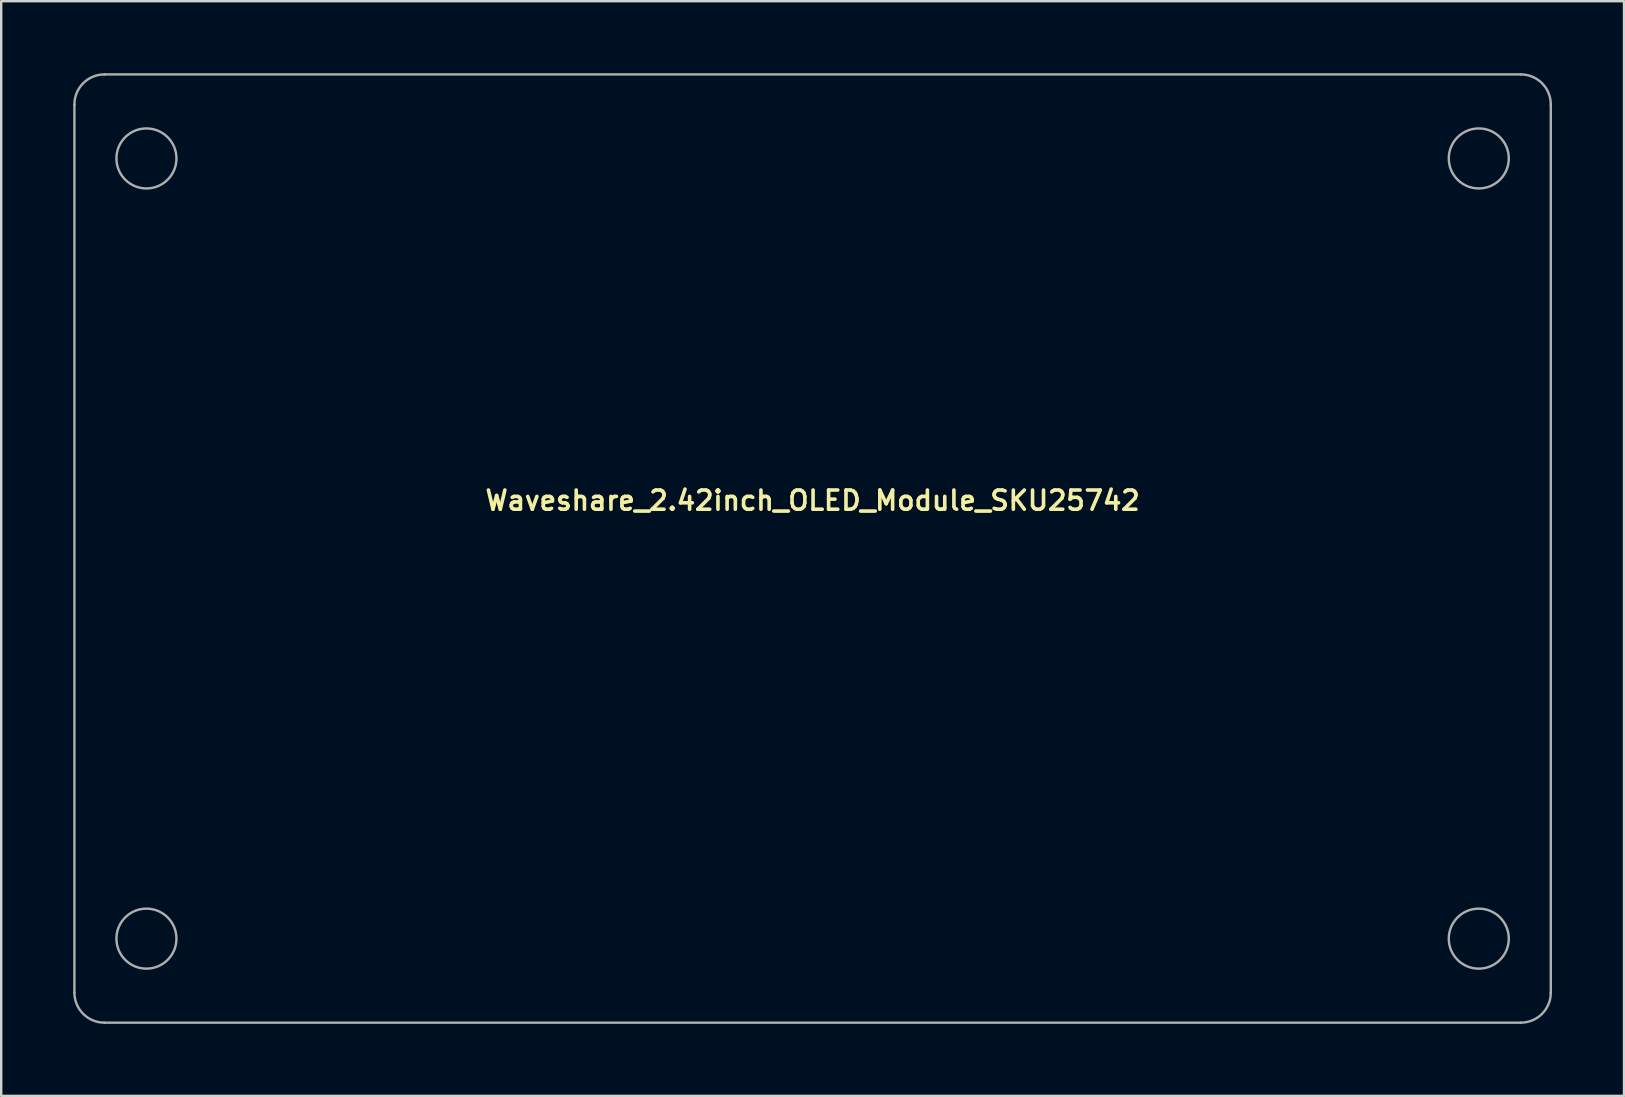
<source format=kicad_pcb>
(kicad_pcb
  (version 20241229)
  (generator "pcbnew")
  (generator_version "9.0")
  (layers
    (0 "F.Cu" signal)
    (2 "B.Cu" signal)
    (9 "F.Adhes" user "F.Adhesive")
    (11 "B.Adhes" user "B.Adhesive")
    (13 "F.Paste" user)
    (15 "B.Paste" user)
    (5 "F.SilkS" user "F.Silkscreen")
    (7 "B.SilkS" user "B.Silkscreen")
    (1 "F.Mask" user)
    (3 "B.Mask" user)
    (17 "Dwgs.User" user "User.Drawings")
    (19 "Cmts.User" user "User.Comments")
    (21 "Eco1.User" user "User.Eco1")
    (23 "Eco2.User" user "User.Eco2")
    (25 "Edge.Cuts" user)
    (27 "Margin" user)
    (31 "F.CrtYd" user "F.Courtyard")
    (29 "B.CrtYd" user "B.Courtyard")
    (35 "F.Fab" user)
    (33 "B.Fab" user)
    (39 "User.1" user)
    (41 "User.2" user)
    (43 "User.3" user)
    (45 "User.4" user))
  (footprint "Waveshare_2.42inch_OLED_Module_SKU25742"
    (layer "F.Cu")
    (at 30.8 19.8)
    (property "Reference" "Waveshare_2.42inch_OLED_Module_SKU25742" (at 0 -2 0) (unlocked yes) (layer "F.SilkS") (effects (font (size 0.8 0.8) (thickness 0.15))))
    (attr board_only exclude_from_pos_files exclude_from_bom)
    (fp_line (start -30.75 18.5) (end -30.75 -18.5) (stroke (width 0.1) (type default)) (layer "F.Fab"))
    (fp_line (start -29.5 -19.75) (end 29.5 -19.75) (stroke (width 0.1) (type default)) (layer "F.Fab"))
    (fp_line (start 29.5 19.75) (end -29.5 19.75) (stroke (width 0.1) (type default)) (layer "F.Fab"))
    (fp_line (start 30.75 -18.5) (end 30.75 18.5) (stroke (width 0.1) (type default)) (layer "F.Fab"))
    (fp_arc (start -30.75 -18.5) (mid -30.383883 -19.383883) (end -29.5 -19.75) (stroke (width 0.1) (type default)) (layer "F.Fab"))
    (fp_arc (start -29.5 19.75) (mid -30.383883 19.383883) (end -30.75 18.5) (stroke (width 0.1) (type default)) (layer "F.Fab"))
    (fp_arc (start 29.5 -19.75) (mid 30.383883 -19.383883) (end 30.75 -18.5) (stroke (width 0.1) (type default)) (layer "F.Fab"))
    (fp_arc (start 30.75 18.5) (mid 30.383883 19.383883) (end 29.5 19.75) (stroke (width 0.1) (type default)) (layer "F.Fab"))
    (fp_circle (center -27.75 -16.25) (end -26.5 -16.25) (stroke (width 0.1) (type default)) (fill no) (layer "F.Fab"))
    (fp_circle (center -27.75 16.25) (end -26.5 16.25) (stroke (width 0.1) (type default)) (fill no) (layer "F.Fab"))
    (fp_circle (center 27.75 -16.25) (end 29 -16.25) (stroke (width 0.1) (type default)) (fill no) (layer "F.Fab"))
    (fp_circle (center 27.75 16.25) (end 29 16.25) (stroke (width 0.1) (type default)) (fill no) (layer "F.Fab")))
  (gr_rect
    (start -3 -3)
    (end 64.6 42.6)
    (stroke (width 0.1) (type default))
    (fill no)
    (layer "Edge.Cuts")))
</source>
